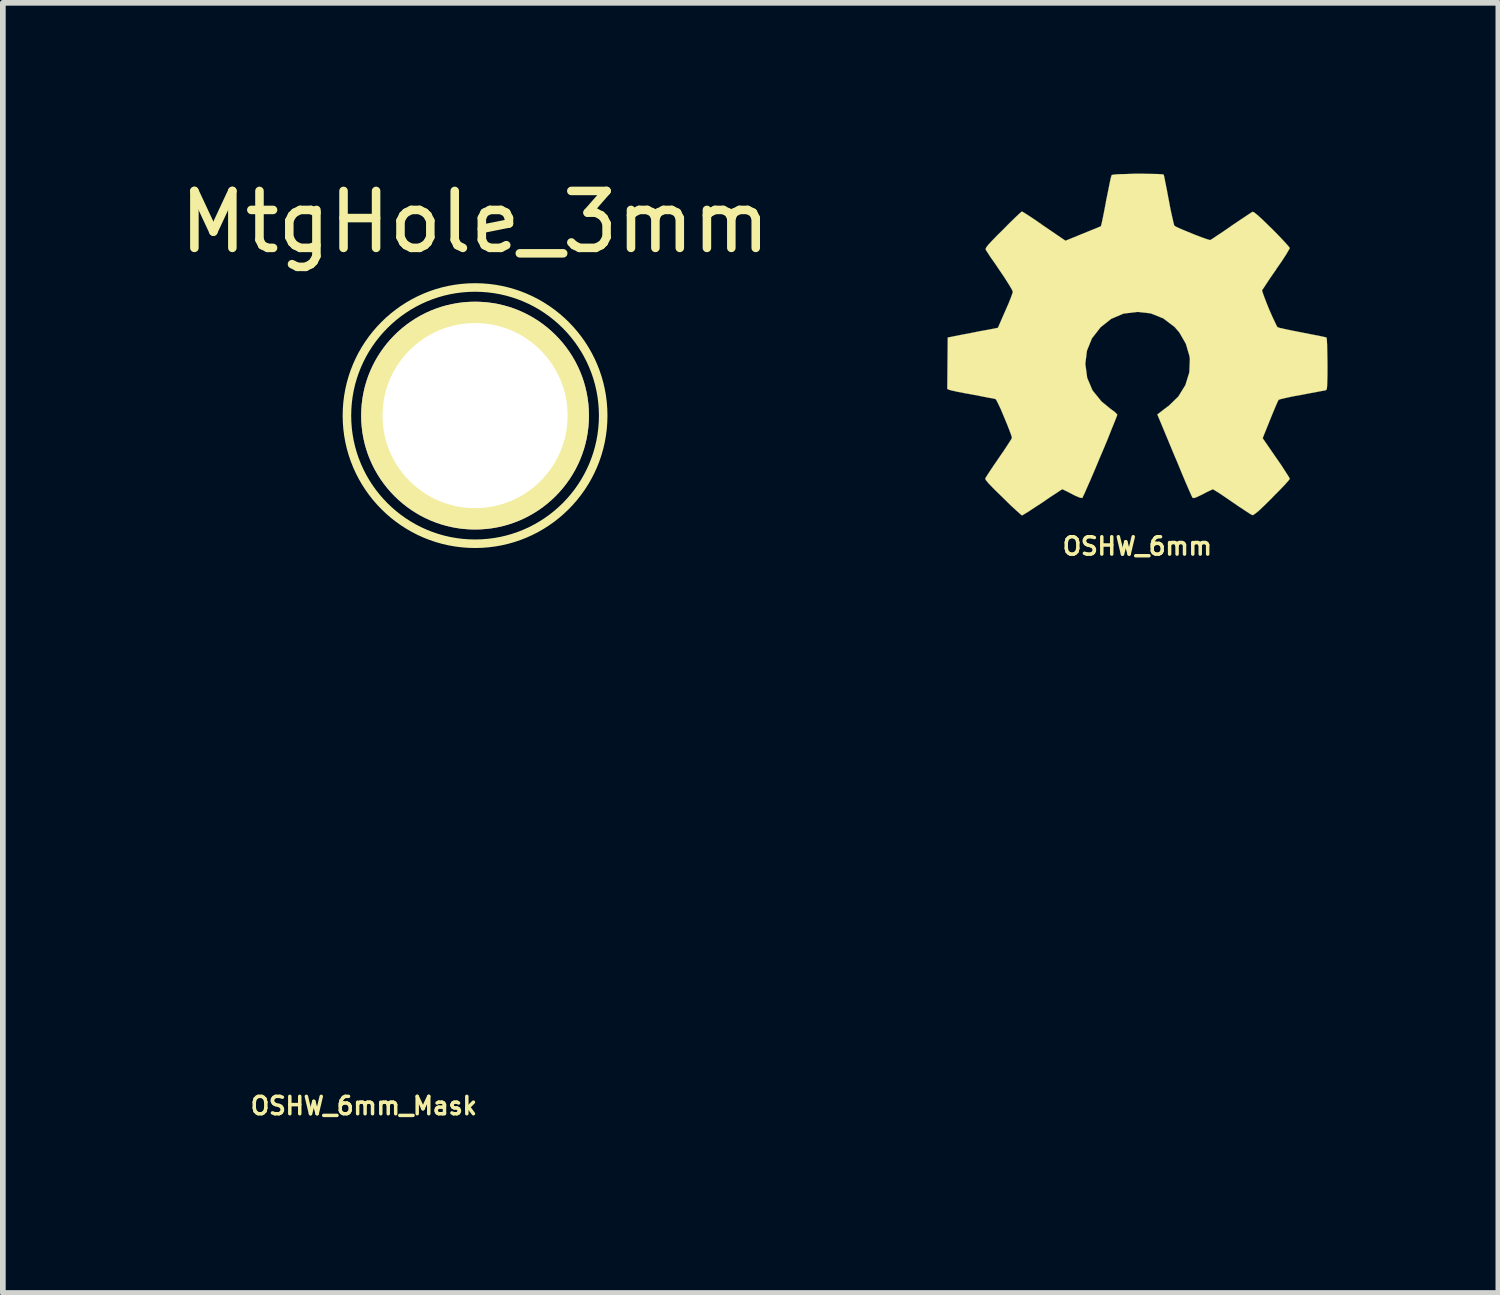
<source format=kicad_pcb>
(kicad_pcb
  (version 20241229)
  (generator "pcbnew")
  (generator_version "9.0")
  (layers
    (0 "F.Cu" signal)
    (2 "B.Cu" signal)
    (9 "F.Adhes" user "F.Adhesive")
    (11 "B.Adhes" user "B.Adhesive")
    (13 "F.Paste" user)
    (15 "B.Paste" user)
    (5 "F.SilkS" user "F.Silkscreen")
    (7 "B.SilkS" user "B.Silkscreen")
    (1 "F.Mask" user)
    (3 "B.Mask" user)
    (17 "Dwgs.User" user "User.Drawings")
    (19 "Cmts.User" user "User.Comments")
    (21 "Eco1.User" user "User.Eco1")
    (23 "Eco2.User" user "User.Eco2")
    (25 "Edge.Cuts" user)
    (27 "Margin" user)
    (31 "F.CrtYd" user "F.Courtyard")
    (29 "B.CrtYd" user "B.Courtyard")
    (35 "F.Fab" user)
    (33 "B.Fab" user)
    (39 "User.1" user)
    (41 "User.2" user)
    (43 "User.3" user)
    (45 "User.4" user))
  (footprint "OSHW_6mm_Mask"
    (layer "F.Cu")
    (at 3.339 12.828)
    (property "Reference" "OSHW_6mm_Mask" (at 0 3.541 0) (layer "F.SilkS") (effects (font (size 0.305 0.305) (thickness 0.061))))
    (attr through_hole)
    (fp_poly (pts (xy -2.024 3) (xy -1.989 2.979) (xy -1.91 2.931) (xy -1.798 2.857) (xy -1.666 2.771) (xy -1.534 2.68) (xy -1.425 2.609) (xy -1.349 2.558) (xy -1.318 2.54) (xy -1.3 2.548) (xy -1.237 2.578) (xy -1.148 2.624) (xy -1.095 2.652) (xy -1.011 2.687) (xy -0.968 2.695) (xy -0.963 2.685) (xy -0.932 2.621) (xy -0.884 2.512) (xy -0.82 2.367) (xy -0.747 2.197) (xy -0.671 2.014) (xy -0.592 1.829) (xy -0.518 1.651) (xy -0.455 1.491) (xy -0.401 1.359) (xy -0.366 1.27) (xy -0.353 1.232) (xy -0.358 1.222) (xy -0.399 1.181) (xy -0.472 1.128) (xy -0.63 0.998) (xy -0.787 0.805) (xy -0.881 0.584) (xy -0.914 0.338) (xy -0.886 0.109) (xy -0.798 -0.109) (xy -0.645 -0.305) (xy -0.46 -0.452) (xy -0.244 -0.544) (xy 0 -0.574) (xy 0.231 -0.549) (xy 0.455 -0.46) (xy 0.653 -0.31) (xy 0.737 -0.213) (xy 0.851 -0.015) (xy 0.914 0.198) (xy 0.922 0.254) (xy 0.912 0.488) (xy 0.843 0.711) (xy 0.719 0.912) (xy 0.549 1.077) (xy 0.526 1.092) (xy 0.447 1.153) (xy 0.394 1.194) (xy 0.351 1.227) (xy 0.65 1.946) (xy 0.699 2.06) (xy 0.78 2.258) (xy 0.851 2.426) (xy 0.909 2.56) (xy 0.95 2.652) (xy 0.968 2.687) (xy 0.968 2.69) (xy 0.996 2.695) (xy 1.049 2.675) (xy 1.151 2.626) (xy 1.217 2.591) (xy 1.293 2.555) (xy 1.328 2.54) (xy 1.356 2.558) (xy 1.43 2.603) (xy 1.537 2.675) (xy 1.666 2.764) (xy 1.788 2.847) (xy 1.9 2.921) (xy 1.981 2.974) (xy 2.022 2.995) (xy 2.027 2.995) (xy 2.062 2.974) (xy 2.129 2.921) (xy 2.225 2.83) (xy 2.365 2.692) (xy 2.385 2.67) (xy 2.499 2.555) (xy 2.591 2.459) (xy 2.654 2.388) (xy 2.677 2.357) (xy 2.657 2.319) (xy 2.603 2.235) (xy 2.53 2.121) (xy 2.438 1.989) (xy 2.2 1.643) (xy 2.332 1.316) (xy 2.372 1.217) (xy 2.423 1.095) (xy 2.461 1.008) (xy 2.479 0.97) (xy 2.515 0.958) (xy 2.603 0.937) (xy 2.733 0.909) (xy 2.888 0.881) (xy 3.035 0.853) (xy 3.167 0.828) (xy 3.264 0.81) (xy 3.307 0.803) (xy 3.317 0.795) (xy 3.327 0.775) (xy 3.332 0.729) (xy 3.335 0.648) (xy 3.338 0.521) (xy 3.338 0.338) (xy 3.338 0.318) (xy 3.335 0.142) (xy 3.332 0.003) (xy 3.327 -0.089) (xy 3.322 -0.124) (xy 3.279 -0.135) (xy 3.185 -0.155) (xy 3.053 -0.18) (xy 2.896 -0.211) (xy 2.885 -0.213) (xy 2.728 -0.244) (xy 2.593 -0.272) (xy 2.502 -0.292) (xy 2.464 -0.305) (xy 2.454 -0.315) (xy 2.423 -0.378) (xy 2.377 -0.475) (xy 2.324 -0.594) (xy 2.273 -0.719) (xy 2.23 -0.831) (xy 2.2 -0.914) (xy 2.189 -0.953) (xy 2.215 -0.991) (xy 2.268 -1.072) (xy 2.344 -1.186) (xy 2.438 -1.321) (xy 2.443 -1.331) (xy 2.535 -1.463) (xy 2.609 -1.577) (xy 2.657 -1.659) (xy 2.677 -1.694) (xy 2.675 -1.697) (xy 2.647 -1.735) (xy 2.578 -1.811) (xy 2.482 -1.913) (xy 2.365 -2.032) (xy 2.327 -2.068) (xy 2.197 -2.195) (xy 2.106 -2.278) (xy 2.05 -2.322) (xy 2.024 -2.332) (xy 2.022 -2.332) (xy 1.981 -2.306) (xy 1.897 -2.25) (xy 1.783 -2.174) (xy 1.648 -2.083) (xy 1.638 -2.075) (xy 1.506 -1.984) (xy 1.394 -1.91) (xy 1.316 -1.857) (xy 1.28 -1.836) (xy 1.275 -1.836) (xy 1.219 -1.852) (xy 1.125 -1.885) (xy 1.008 -1.93) (xy 0.884 -1.981) (xy 0.772 -2.027) (xy 0.688 -2.065) (xy 0.65 -2.088) (xy 0.648 -2.09) (xy 0.635 -2.139) (xy 0.612 -2.238) (xy 0.582 -2.375) (xy 0.551 -2.54) (xy 0.546 -2.565) (xy 0.516 -2.725) (xy 0.49 -2.855) (xy 0.472 -2.946) (xy 0.462 -2.985) (xy 0.439 -2.99) (xy 0.363 -2.995) (xy 0.244 -2.997) (xy 0.102 -3) (xy -0.051 -3) (xy -0.198 -2.995) (xy -0.323 -2.992) (xy -0.414 -2.985) (xy -0.452 -2.977) (xy -0.452 -2.974) (xy -0.467 -2.926) (xy -0.488 -2.827) (xy -0.516 -2.687) (xy -0.549 -2.525) (xy -0.554 -2.494) (xy -0.584 -2.337) (xy -0.61 -2.207) (xy -0.63 -2.116) (xy -0.64 -2.08) (xy -0.653 -2.073) (xy -0.719 -2.045) (xy -0.826 -2.002) (xy -0.958 -1.948) (xy -1.262 -1.824) (xy -1.638 -2.08) (xy -1.671 -2.103) (xy -1.806 -2.197) (xy -1.918 -2.271) (xy -1.994 -2.319) (xy -2.027 -2.337) (xy -2.029 -2.337) (xy -2.068 -2.304) (xy -2.141 -2.235) (xy -2.243 -2.136) (xy -2.36 -2.017) (xy -2.449 -1.93) (xy -2.55 -1.826) (xy -2.616 -1.755) (xy -2.652 -1.709) (xy -2.664 -1.681) (xy -2.662 -1.664) (xy -2.637 -1.626) (xy -2.583 -1.542) (xy -2.504 -1.43) (xy -2.413 -1.295) (xy -2.339 -1.186) (xy -2.258 -1.059) (xy -2.205 -0.97) (xy -2.187 -0.927) (xy -2.192 -0.907) (xy -2.217 -0.836) (xy -2.261 -0.724) (xy -2.319 -0.592) (xy -2.449 -0.295) (xy -2.642 -0.257) (xy -2.761 -0.236) (xy -2.926 -0.203) (xy -3.084 -0.173) (xy -3.33 -0.124) (xy -3.338 0.78) (xy -3.299 0.795) (xy -3.264 0.805) (xy -3.172 0.826) (xy -3.043 0.851) (xy -2.888 0.879) (xy -2.758 0.904) (xy -2.626 0.93) (xy -2.53 0.947) (xy -2.489 0.958) (xy -2.479 0.97) (xy -2.446 1.034) (xy -2.398 1.135) (xy -2.347 1.257) (xy -2.294 1.384) (xy -2.248 1.501) (xy -2.215 1.59) (xy -2.202 1.638) (xy -2.22 1.671) (xy -2.271 1.75) (xy -2.342 1.859) (xy -2.433 1.991) (xy -2.522 2.121) (xy -2.598 2.235) (xy -2.649 2.314) (xy -2.672 2.352) (xy -2.662 2.377) (xy -2.609 2.441) (xy -2.51 2.543) (xy -2.362 2.687) (xy -2.339 2.71) (xy -2.223 2.824) (xy -2.123 2.916) (xy -2.055 2.977) (xy -2.024 3)) (stroke (width 0.003) (type solid)) (fill yes) (layer "F.Mask")))
  (footprint "MtgHole_3mm"
    (layer "F.Cu")
    (at 5.292 4.248)
    (property "Reference" "MtgHole_3mm" (at 0 -3.4 0) (layer "F.SilkS") (effects (font (size 1 1) (thickness 0.15))))
    (attr through_hole)
    (fp_circle (center 0 0) (end -2.25 0) (stroke (width 0.15) (type solid)) (fill no) (layer "F.SilkS"))
    (pad "1" thru_hole circle (at 0 0) (size 4 4) (drill 3.25) (layers "*.Cu" "*.Mask" "F.SilkS")))
  (footprint "OSHW_6mm"
    (layer "F.Cu")
    (at 16.922 3.001)
    (property "Reference" "OSHW_6mm" (at 0 3.541 0) (layer "F.SilkS") (effects (font (size 0.305 0.305) (thickness 0.061))))
    (attr through_hole)
    (fp_poly (pts (xy -2.024 3) (xy -1.989 2.979) (xy -1.91 2.931) (xy -1.798 2.857) (xy -1.666 2.771) (xy -1.534 2.68) (xy -1.425 2.609) (xy -1.349 2.558) (xy -1.318 2.54) (xy -1.3 2.548) (xy -1.237 2.578) (xy -1.148 2.624) (xy -1.095 2.652) (xy -1.011 2.687) (xy -0.968 2.695) (xy -0.963 2.685) (xy -0.932 2.621) (xy -0.884 2.512) (xy -0.82 2.367) (xy -0.747 2.197) (xy -0.671 2.014) (xy -0.592 1.829) (xy -0.518 1.651) (xy -0.455 1.491) (xy -0.401 1.359) (xy -0.366 1.27) (xy -0.353 1.232) (xy -0.358 1.222) (xy -0.399 1.181) (xy -0.472 1.128) (xy -0.63 0.998) (xy -0.787 0.805) (xy -0.881 0.584) (xy -0.914 0.338) (xy -0.886 0.109) (xy -0.798 -0.109) (xy -0.645 -0.305) (xy -0.46 -0.452) (xy -0.244 -0.544) (xy 0 -0.574) (xy 0.231 -0.549) (xy 0.455 -0.46) (xy 0.653 -0.31) (xy 0.737 -0.213) (xy 0.851 -0.015) (xy 0.914 0.198) (xy 0.922 0.254) (xy 0.912 0.488) (xy 0.843 0.711) (xy 0.719 0.912) (xy 0.549 1.077) (xy 0.526 1.092) (xy 0.447 1.153) (xy 0.394 1.194) (xy 0.351 1.227) (xy 0.65 1.946) (xy 0.699 2.06) (xy 0.78 2.258) (xy 0.851 2.426) (xy 0.909 2.56) (xy 0.95 2.652) (xy 0.968 2.687) (xy 0.968 2.69) (xy 0.996 2.695) (xy 1.049 2.675) (xy 1.151 2.626) (xy 1.217 2.591) (xy 1.293 2.555) (xy 1.328 2.54) (xy 1.356 2.558) (xy 1.43 2.603) (xy 1.537 2.675) (xy 1.666 2.764) (xy 1.788 2.847) (xy 1.9 2.921) (xy 1.981 2.974) (xy 2.022 2.995) (xy 2.027 2.995) (xy 2.062 2.974) (xy 2.129 2.921) (xy 2.225 2.83) (xy 2.365 2.692) (xy 2.385 2.67) (xy 2.499 2.555) (xy 2.591 2.459) (xy 2.654 2.388) (xy 2.677 2.357) (xy 2.657 2.319) (xy 2.603 2.235) (xy 2.53 2.121) (xy 2.438 1.989) (xy 2.2 1.643) (xy 2.332 1.316) (xy 2.372 1.217) (xy 2.423 1.095) (xy 2.461 1.008) (xy 2.479 0.97) (xy 2.515 0.958) (xy 2.603 0.937) (xy 2.733 0.909) (xy 2.888 0.881) (xy 3.035 0.853) (xy 3.167 0.828) (xy 3.264 0.81) (xy 3.307 0.803) (xy 3.317 0.795) (xy 3.327 0.775) (xy 3.332 0.729) (xy 3.335 0.648) (xy 3.338 0.521) (xy 3.338 0.338) (xy 3.338 0.318) (xy 3.335 0.142) (xy 3.332 0.003) (xy 3.327 -0.089) (xy 3.322 -0.124) (xy 3.279 -0.135) (xy 3.185 -0.155) (xy 3.053 -0.18) (xy 2.896 -0.211) (xy 2.885 -0.213) (xy 2.728 -0.244) (xy 2.593 -0.272) (xy 2.502 -0.292) (xy 2.464 -0.305) (xy 2.454 -0.315) (xy 2.423 -0.378) (xy 2.377 -0.475) (xy 2.324 -0.594) (xy 2.273 -0.719) (xy 2.23 -0.831) (xy 2.2 -0.914) (xy 2.189 -0.953) (xy 2.215 -0.991) (xy 2.268 -1.072) (xy 2.344 -1.186) (xy 2.438 -1.321) (xy 2.443 -1.331) (xy 2.535 -1.463) (xy 2.609 -1.577) (xy 2.657 -1.659) (xy 2.677 -1.694) (xy 2.675 -1.697) (xy 2.647 -1.735) (xy 2.578 -1.811) (xy 2.482 -1.913) (xy 2.365 -2.032) (xy 2.327 -2.068) (xy 2.197 -2.195) (xy 2.106 -2.278) (xy 2.05 -2.322) (xy 2.024 -2.332) (xy 2.022 -2.332) (xy 1.981 -2.306) (xy 1.897 -2.25) (xy 1.783 -2.174) (xy 1.648 -2.083) (xy 1.638 -2.075) (xy 1.506 -1.984) (xy 1.394 -1.91) (xy 1.316 -1.857) (xy 1.28 -1.836) (xy 1.275 -1.836) (xy 1.219 -1.852) (xy 1.125 -1.885) (xy 1.008 -1.93) (xy 0.884 -1.981) (xy 0.772 -2.027) (xy 0.688 -2.065) (xy 0.65 -2.088) (xy 0.648 -2.09) (xy 0.635 -2.139) (xy 0.612 -2.238) (xy 0.582 -2.375) (xy 0.551 -2.54) (xy 0.546 -2.565) (xy 0.516 -2.725) (xy 0.49 -2.855) (xy 0.472 -2.946) (xy 0.462 -2.985) (xy 0.439 -2.99) (xy 0.363 -2.995) (xy 0.244 -2.997) (xy 0.102 -3) (xy -0.051 -3) (xy -0.198 -2.995) (xy -0.323 -2.992) (xy -0.414 -2.985) (xy -0.452 -2.977) (xy -0.452 -2.974) (xy -0.467 -2.926) (xy -0.488 -2.827) (xy -0.516 -2.687) (xy -0.549 -2.525) (xy -0.554 -2.494) (xy -0.584 -2.337) (xy -0.61 -2.207) (xy -0.63 -2.116) (xy -0.64 -2.08) (xy -0.653 -2.073) (xy -0.719 -2.045) (xy -0.826 -2.002) (xy -0.958 -1.948) (xy -1.262 -1.824) (xy -1.638 -2.08) (xy -1.671 -2.103) (xy -1.806 -2.197) (xy -1.918 -2.271) (xy -1.994 -2.319) (xy -2.027 -2.337) (xy -2.029 -2.337) (xy -2.068 -2.304) (xy -2.141 -2.235) (xy -2.243 -2.136) (xy -2.36 -2.017) (xy -2.449 -1.93) (xy -2.55 -1.826) (xy -2.616 -1.755) (xy -2.652 -1.709) (xy -2.664 -1.681) (xy -2.662 -1.664) (xy -2.637 -1.626) (xy -2.583 -1.542) (xy -2.504 -1.43) (xy -2.413 -1.295) (xy -2.339 -1.186) (xy -2.258 -1.059) (xy -2.205 -0.97) (xy -2.187 -0.927) (xy -2.192 -0.907) (xy -2.217 -0.836) (xy -2.261 -0.724) (xy -2.319 -0.592) (xy -2.449 -0.295) (xy -2.642 -0.257) (xy -2.761 -0.236) (xy -2.926 -0.203) (xy -3.084 -0.173) (xy -3.33 -0.124) (xy -3.338 0.78) (xy -3.299 0.795) (xy -3.264 0.805) (xy -3.172 0.826) (xy -3.043 0.851) (xy -2.888 0.879) (xy -2.758 0.904) (xy -2.626 0.93) (xy -2.53 0.947) (xy -2.489 0.958) (xy -2.479 0.97) (xy -2.446 1.034) (xy -2.398 1.135) (xy -2.347 1.257) (xy -2.294 1.384) (xy -2.248 1.501) (xy -2.215 1.59) (xy -2.202 1.638) (xy -2.22 1.671) (xy -2.271 1.75) (xy -2.342 1.859) (xy -2.433 1.991) (xy -2.522 2.121) (xy -2.598 2.235) (xy -2.649 2.314) (xy -2.672 2.352) (xy -2.662 2.377) (xy -2.609 2.441) (xy -2.51 2.543) (xy -2.362 2.687) (xy -2.339 2.71) (xy -2.223 2.824) (xy -2.123 2.916) (xy -2.055 2.977) (xy -2.024 3)) (stroke (width 0.003) (type solid)) (fill yes) (layer "F.SilkS")))
  (gr_rect
    (start -3 -3)
    (end 23.261 19.654)
    (stroke (width 0.1) (type default))
    (fill no)
    (layer "Edge.Cuts")))
</source>
